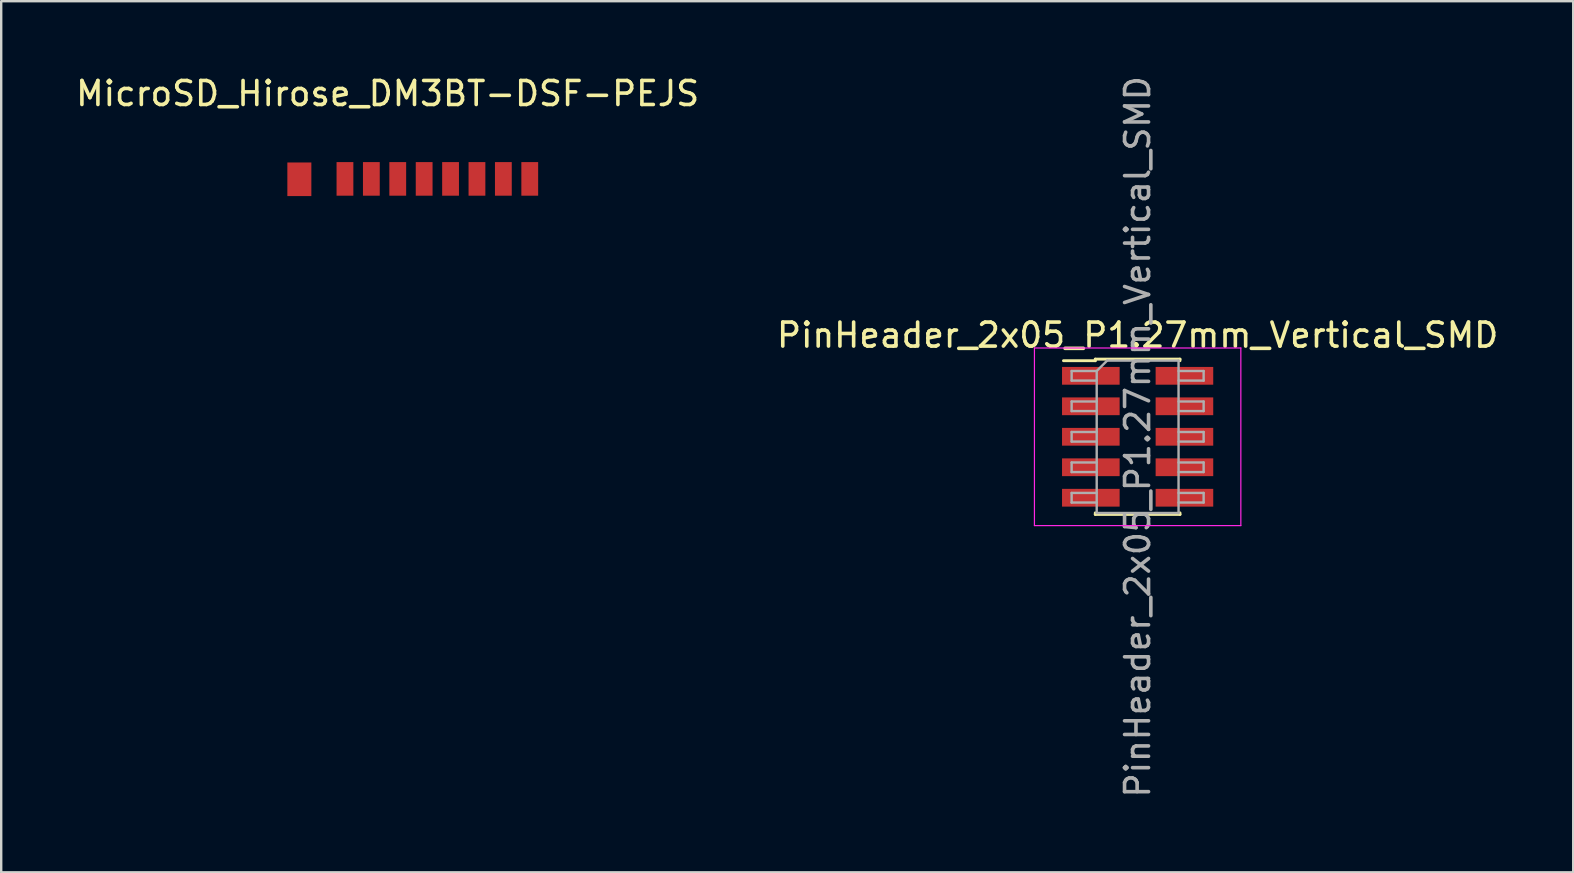
<source format=kicad_pcb>
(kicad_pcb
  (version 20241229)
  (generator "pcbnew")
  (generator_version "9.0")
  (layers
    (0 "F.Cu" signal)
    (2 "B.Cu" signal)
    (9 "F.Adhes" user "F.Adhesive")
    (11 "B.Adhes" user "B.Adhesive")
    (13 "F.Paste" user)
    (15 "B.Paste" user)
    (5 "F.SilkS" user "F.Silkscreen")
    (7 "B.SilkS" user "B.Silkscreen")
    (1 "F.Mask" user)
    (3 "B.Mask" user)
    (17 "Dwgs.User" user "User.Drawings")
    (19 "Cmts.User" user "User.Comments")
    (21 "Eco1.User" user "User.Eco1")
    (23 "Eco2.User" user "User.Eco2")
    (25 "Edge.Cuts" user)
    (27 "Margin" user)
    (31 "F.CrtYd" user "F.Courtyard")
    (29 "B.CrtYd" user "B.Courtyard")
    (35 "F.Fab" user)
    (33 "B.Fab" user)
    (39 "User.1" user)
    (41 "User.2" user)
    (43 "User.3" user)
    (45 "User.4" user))
  (footprint "PinHeader_2x05_P1.27mm_Vertical_SMD"
    (layer "F.Cu")
    (at 44.351 15.149)
    (property "Reference" "PinHeader_2x05_P1.27mm_Vertical_SMD" (at 0 -4.235 0) (layer "F.SilkS") (effects (font (size 1 1) (thickness 0.15))))
    (attr smd)
    (fp_line (start -3.09 -3.17) (end -1.765 -3.17) (stroke (width 0.12) (type solid)) (layer "F.SilkS"))
    (fp_line (start -1.765 -3.235) (end -1.765 -3.17) (stroke (width 0.12) (type solid)) (layer "F.SilkS"))
    (fp_line (start -1.765 -3.235) (end 1.765 -3.235) (stroke (width 0.12) (type solid)) (layer "F.SilkS"))
    (fp_line (start -1.765 3.17) (end -1.765 3.235) (stroke (width 0.12) (type solid)) (layer "F.SilkS"))
    (fp_line (start -1.765 3.235) (end 1.765 3.235) (stroke (width 0.12) (type solid)) (layer "F.SilkS"))
    (fp_line (start 1.765 -3.235) (end 1.765 -3.17) (stroke (width 0.12) (type solid)) (layer "F.SilkS"))
    (fp_line (start 1.765 3.17) (end 1.765 3.235) (stroke (width 0.12) (type solid)) (layer "F.SilkS"))
    (fp_line (start -4.3 -3.7) (end -4.3 3.7) (stroke (width 0.05) (type solid)) (layer "F.CrtYd"))
    (fp_line (start -4.3 3.7) (end 4.3 3.7) (stroke (width 0.05) (type solid)) (layer "F.CrtYd"))
    (fp_line (start 4.3 -3.7) (end -4.3 -3.7) (stroke (width 0.05) (type solid)) (layer "F.CrtYd"))
    (fp_line (start 4.3 3.7) (end 4.3 -3.7) (stroke (width 0.05) (type solid)) (layer "F.CrtYd"))
    (fp_line (start -2.75 -2.74) (end -2.75 -2.34) (stroke (width 0.1) (type solid)) (layer "F.Fab"))
    (fp_line (start -2.75 -2.34) (end -1.705 -2.34) (stroke (width 0.1) (type solid)) (layer "F.Fab"))
    (fp_line (start -2.75 -1.47) (end -2.75 -1.07) (stroke (width 0.1) (type solid)) (layer "F.Fab"))
    (fp_line (start -2.75 -1.07) (end -1.705 -1.07) (stroke (width 0.1) (type solid)) (layer "F.Fab"))
    (fp_line (start -2.75 -0.2) (end -2.75 0.2) (stroke (width 0.1) (type solid)) (layer "F.Fab"))
    (fp_line (start -2.75 0.2) (end -1.705 0.2) (stroke (width 0.1) (type solid)) (layer "F.Fab"))
    (fp_line (start -2.75 1.07) (end -2.75 1.47) (stroke (width 0.1) (type solid)) (layer "F.Fab"))
    (fp_line (start -2.75 1.47) (end -1.705 1.47) (stroke (width 0.1) (type solid)) (layer "F.Fab"))
    (fp_line (start -2.75 2.34) (end -2.75 2.74) (stroke (width 0.1) (type solid)) (layer "F.Fab"))
    (fp_line (start -2.75 2.74) (end -1.705 2.74) (stroke (width 0.1) (type solid)) (layer "F.Fab"))
    (fp_line (start -1.705 -2.74) (end -2.75 -2.74) (stroke (width 0.1) (type solid)) (layer "F.Fab"))
    (fp_line (start -1.705 -2.74) (end -1.27 -3.175) (stroke (width 0.1) (type solid)) (layer "F.Fab"))
    (fp_line (start -1.705 -1.47) (end -2.75 -1.47) (stroke (width 0.1) (type solid)) (layer "F.Fab"))
    (fp_line (start -1.705 -0.2) (end -2.75 -0.2) (stroke (width 0.1) (type solid)) (layer "F.Fab"))
    (fp_line (start -1.705 1.07) (end -2.75 1.07) (stroke (width 0.1) (type solid)) (layer "F.Fab"))
    (fp_line (start -1.705 2.34) (end -2.75 2.34) (stroke (width 0.1) (type solid)) (layer "F.Fab"))
    (fp_line (start -1.705 3.175) (end -1.705 -2.74) (stroke (width 0.1) (type solid)) (layer "F.Fab"))
    (fp_line (start -1.27 -3.175) (end 1.705 -3.175) (stroke (width 0.1) (type solid)) (layer "F.Fab"))
    (fp_line (start 1.705 -3.175) (end 1.705 3.175) (stroke (width 0.1) (type solid)) (layer "F.Fab"))
    (fp_line (start 1.705 -2.74) (end 2.75 -2.74) (stroke (width 0.1) (type solid)) (layer "F.Fab"))
    (fp_line (start 1.705 -1.47) (end 2.75 -1.47) (stroke (width 0.1) (type solid)) (layer "F.Fab"))
    (fp_line (start 1.705 -0.2) (end 2.75 -0.2) (stroke (width 0.1) (type solid)) (layer "F.Fab"))
    (fp_line (start 1.705 1.07) (end 2.75 1.07) (stroke (width 0.1) (type solid)) (layer "F.Fab"))
    (fp_line (start 1.705 2.34) (end 2.75 2.34) (stroke (width 0.1) (type solid)) (layer "F.Fab"))
    (fp_line (start 1.705 3.175) (end -1.705 3.175) (stroke (width 0.1) (type solid)) (layer "F.Fab"))
    (fp_line (start 2.75 -2.74) (end 2.75 -2.34) (stroke (width 0.1) (type solid)) (layer "F.Fab"))
    (fp_line (start 2.75 -2.34) (end 1.705 -2.34) (stroke (width 0.1) (type solid)) (layer "F.Fab"))
    (fp_line (start 2.75 -1.47) (end 2.75 -1.07) (stroke (width 0.1) (type solid)) (layer "F.Fab"))
    (fp_line (start 2.75 -1.07) (end 1.705 -1.07) (stroke (width 0.1) (type solid)) (layer "F.Fab"))
    (fp_line (start 2.75 -0.2) (end 2.75 0.2) (stroke (width 0.1) (type solid)) (layer "F.Fab"))
    (fp_line (start 2.75 0.2) (end 1.705 0.2) (stroke (width 0.1) (type solid)) (layer "F.Fab"))
    (fp_line (start 2.75 1.07) (end 2.75 1.47) (stroke (width 0.1) (type solid)) (layer "F.Fab"))
    (fp_line (start 2.75 1.47) (end 1.705 1.47) (stroke (width 0.1) (type solid)) (layer "F.Fab"))
    (fp_line (start 2.75 2.34) (end 2.75 2.74) (stroke (width 0.1) (type solid)) (layer "F.Fab"))
    (fp_line (start 2.75 2.74) (end 1.705 2.74) (stroke (width 0.1) (type solid)) (layer "F.Fab"))
    (fp_text user "${REFERENCE}" (at 0 0 90) (layer "F.Fab") (effects (font (size 1 1) (thickness 0.15))))
    (pad "1" smd rect (at -1.95 -2.54) (size 2.4 0.74) (layers "F.Cu" "F.Mask" "F.Paste"))
    (pad "2" smd rect (at 1.95 -2.54) (size 2.4 0.74) (layers "F.Cu" "F.Mask" "F.Paste"))
    (pad "3" smd rect (at -1.95 -1.27) (size 2.4 0.74) (layers "F.Cu" "F.Mask" "F.Paste"))
    (pad "4" smd rect (at 1.95 -1.27) (size 2.4 0.74) (layers "F.Cu" "F.Mask" "F.Paste"))
    (pad "5" smd rect (at -1.95 0) (size 2.4 0.74) (layers "F.Cu" "F.Mask" "F.Paste"))
    (pad "6" smd rect (at 1.95 0) (size 2.4 0.74) (layers "F.Cu" "F.Mask" "F.Paste"))
    (pad "7" smd rect (at -1.95 1.27) (size 2.4 0.74) (layers "F.Cu" "F.Mask" "F.Paste"))
    (pad "8" smd rect (at 1.95 1.27) (size 2.4 0.74) (layers "F.Cu" "F.Mask" "F.Paste"))
    (pad "9" smd rect (at -1.95 2.54) (size 2.4 0.74) (layers "F.Cu" "F.Mask" "F.Paste"))
    (pad "10" smd rect (at 1.95 2.54) (size 2.4 0.74) (layers "F.Cu" "F.Mask" "F.Paste")))
  (footprint "MicroSD_Hirose_DM3BT-DSF-PEJS"
    (layer "F.Cu")
    (at 13.101 19.644)
    (property "Reference" "MicroSD_Hirose_DM3BT-DSF-PEJS" (at 0 -18.796 0) (layer "F.SilkS") (effects (font (size 1 1) (thickness 0.15))))
    (attr through_hole)
    (pad "1" smd rect (at -1.778 -15.24) (size 0.7 1.4) (layers "F.Cu" "F.Mask" "F.Paste"))
    (pad "2" smd rect (at -0.678 -15.24) (size 0.7 1.4) (layers "F.Cu" "F.Mask" "F.Paste"))
    (pad "3" smd rect (at 0.422 -15.24) (size 0.7 1.4) (layers "F.Cu" "F.Mask" "F.Paste"))
    (pad "4" smd rect (at 1.522 -15.24) (size 0.7 1.4) (layers "F.Cu" "F.Mask" "F.Paste"))
    (pad "5" smd rect (at 2.622 -15.24) (size 0.7 1.4) (layers "F.Cu" "F.Mask" "F.Paste"))
    (pad "6" smd rect (at 3.722 -15.24) (size 0.7 1.4) (layers "F.Cu" "F.Mask" "F.Paste"))
    (pad "7" smd rect (at 4.822 -15.24) (size 0.7 1.4) (layers "F.Cu" "F.Mask" "F.Paste"))
    (pad "8" smd rect (at 5.922 -15.24) (size 0.7 1.4) (layers "F.Cu" "F.Mask" "F.Paste"))
    (pad "CD2" smd rect (at -3.678 -15.224) (size 1 1.4) (layers "F.Cu" "F.Mask" "F.Paste")))
  (gr_rect
    (start -3 -3)
    (end 62.5 33.298)
    (stroke (width 0.1) (type default))
    (fill no)
    (layer "Edge.Cuts")))
</source>
